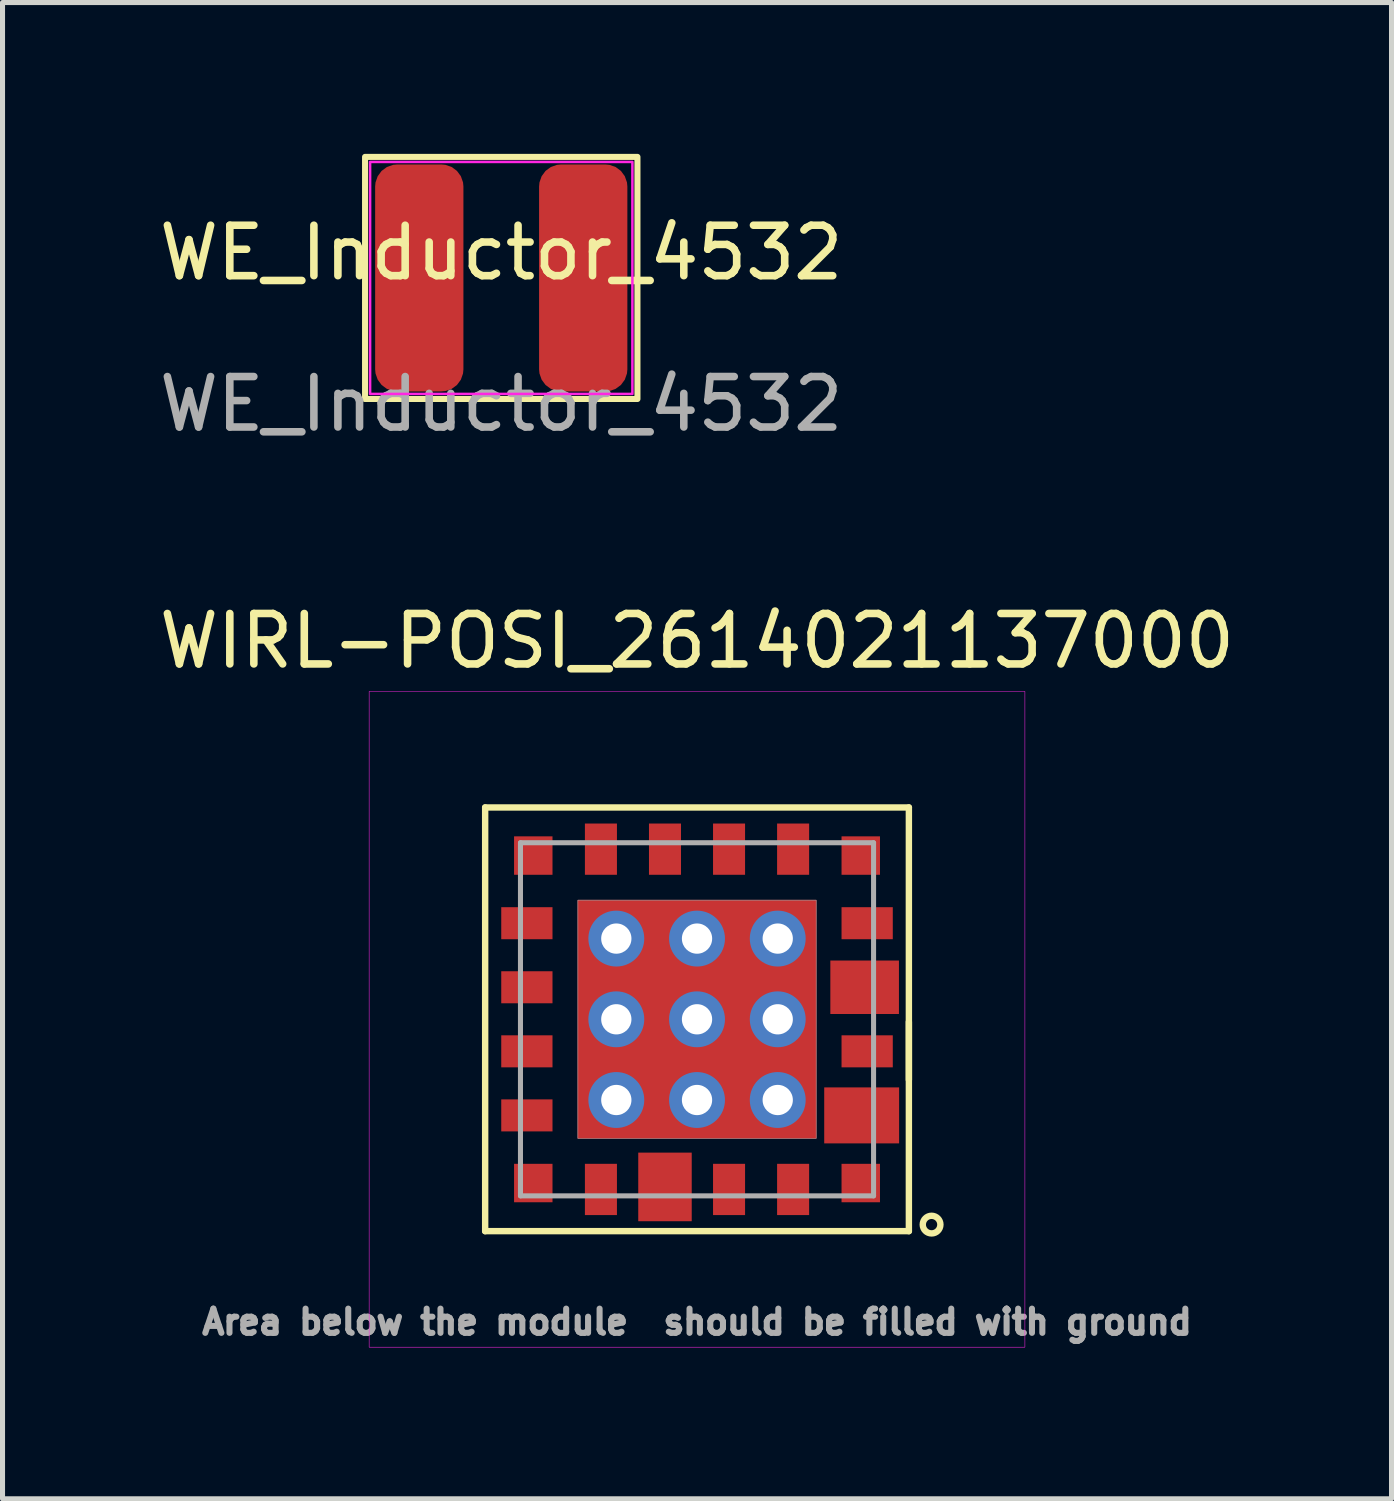
<source format=kicad_pcb>
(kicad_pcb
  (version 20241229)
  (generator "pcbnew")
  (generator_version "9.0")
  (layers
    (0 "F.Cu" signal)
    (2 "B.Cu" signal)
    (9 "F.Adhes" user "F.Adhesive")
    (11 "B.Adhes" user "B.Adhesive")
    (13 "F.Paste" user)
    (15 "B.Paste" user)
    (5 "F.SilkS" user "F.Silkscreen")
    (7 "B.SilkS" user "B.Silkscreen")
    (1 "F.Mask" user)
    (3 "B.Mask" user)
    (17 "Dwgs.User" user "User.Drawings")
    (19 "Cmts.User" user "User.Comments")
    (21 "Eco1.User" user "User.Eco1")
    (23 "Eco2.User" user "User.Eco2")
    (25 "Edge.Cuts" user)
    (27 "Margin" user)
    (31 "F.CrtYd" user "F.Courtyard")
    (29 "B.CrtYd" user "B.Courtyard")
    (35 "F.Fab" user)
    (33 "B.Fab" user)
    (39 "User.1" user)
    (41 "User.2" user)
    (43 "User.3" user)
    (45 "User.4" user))
  (footprint "WE_Inductor_4532"
    (layer "F.Cu")
    (at 6.887 2.46)
    (property "Reference" "WE_Inductor_4532" (at 0 -0.5 0) (unlocked yes) (layer "F.SilkS") (effects (font (size 1 1) (thickness 0.15))))
    (attr smd)
    (fp_rect (start -2.7 -2.4) (end 2.7 2.4) (stroke (width 0.12) (type solid)) (fill no) (layer "F.SilkS"))
    (fp_rect (start -2.6 -2.3) (end 2.6 2.3) (stroke (width 0.05) (type solid)) (fill no) (layer "F.CrtYd"))
    (fp_text user "${REFERENCE}" (at 0 2.5 0) (unlocked yes) (layer "F.Fab") (effects (font (size 1 1) (thickness 0.15))))
    (pad "1" smd roundrect (at -1.625 0 90) (size 4.5 1.75) (layers "F.Cu" "F.Mask" "F.Paste") (roundrect_rratio 0.25))
    (pad "2" smd roundrect (at 1.625 0 90) (size 4.5 1.75) (layers "F.Cu" "F.Mask" "F.Paste") (roundrect_rratio 0.25)))
  (footprint "WIRL-POSI_2614021137000"
    (layer "F.Cu")
    (at 10.768 17.157)
    (property "Reference" "WIRL-POSI_2614021137000" (at 0 -7.5 0) (layer "F.SilkS") (effects (font (size 1 1) (thickness 0.15))))
    (attr smd)
    (fp_poly (pts (xy -2.362 -2.362) (xy 2.362 -2.362) (xy 2.362 2.362) (xy -2.362 2.362)) (stroke (width 0.01) (type solid)) (fill yes) (layer "F.Cu"))
    (fp_poly (pts (xy -1.053 2.764) (xy -0.218 2.764) (xy -0.218 3.98) (xy -1.053 3.98)) (stroke (width 0.01) (type solid)) (fill yes) (layer "F.Mask"))
    (fp_poly (pts (xy 2.639 1.488) (xy 3.982 1.488) (xy 3.982 2.323) (xy 2.639 2.323)) (stroke (width 0.01) (type solid)) (fill yes) (layer "F.Mask"))
    (fp_poly (pts (xy 2.765 -1.052) (xy 3.981 -1.052) (xy 3.981 -0.217) (xy 2.765 -0.217)) (stroke (width 0.01) (type solid)) (fill yes) (layer "F.Mask"))
    (fp_line (start -4.2 -4.2) (end -4.2 4.2) (stroke (width 0.127) (type solid)) (layer "F.SilkS"))
    (fp_line (start -4.2 4.2) (end 4.2 4.2) (stroke (width 0.127) (type solid)) (layer "F.SilkS"))
    (fp_line (start 4.2 -4.2) (end -4.2 -4.2) (stroke (width 0.127) (type solid)) (layer "F.SilkS"))
    (fp_line (start 4.2 1.2) (end 4.2 0.05) (stroke (width 0.127) (type solid)) (layer "F.SilkS"))
    (fp_line (start 4.2 4.2) (end 4.2 -4.2) (stroke (width 0.127) (type solid)) (layer "F.SilkS"))
    (fp_circle (center 4.65 4.07) (end 4.825 4.07) (stroke (width 0.127) (type solid)) (fill no) (layer "F.SilkS"))
    (fp_poly (pts (xy -0.952 2.865) (xy -0.317 2.865) (xy -0.317 3.881) (xy -0.952 3.881)) (stroke (width 0.01) (type solid)) (fill yes) (layer "F.Paste"))
    (fp_poly (pts (xy 2.738 1.587) (xy 3.881 1.587) (xy 3.881 2.222) (xy 2.738 2.222)) (stroke (width 0.01) (type solid)) (fill yes) (layer "F.Paste"))
    (fp_poly (pts (xy 2.865 -0.952) (xy 3.881 -0.952) (xy 3.881 -0.317) (xy 2.865 -0.317)) (stroke (width 0.01) (type solid)) (fill yes) (layer "F.Paste"))
    (fp_poly (pts (xy -6.5 -6.5) (xy 6.5 -6.5) (xy 6.5 6.5) (xy -6.5 6.5)) (stroke (width 0.01) (type solid)) (fill no) (layer "F.CrtYd"))
    (fp_line (start -3.5 -3.5) (end -3.5 3.5) (stroke (width 0.1) (type solid)) (layer "F.Fab"))
    (fp_line (start -3.5 3.5) (end 3.5 3.5) (stroke (width 0.1) (type solid)) (layer "F.Fab"))
    (fp_line (start 3.5 -3.5) (end -3.5 -3.5) (stroke (width 0.1) (type solid)) (layer "F.Fab"))
    (fp_line (start 3.5 3.5) (end 3.5 -3.5) (stroke (width 0.1) (type solid)) (layer "F.Fab"))
    (fp_poly (pts (xy -2.362 -2.362) (xy 2.362 -2.362) (xy 2.362 2.362) (xy -2.362 2.362)) (stroke (width 0.01) (type solid)) (fill no) (layer "F.Fab"))
    (fp_text user "Area below the module  should be filled with ground" (at 0 6 0) (layer "F.Fab") (effects (font (size 0.48 0.48) (thickness 0.12))))
    (pad "1" smd rect (at 3.264 1.905) (size 1.485 1.11) (layers "F.Cu"))
    (pad "2" smd rect (at 3.373 0.635) (size 1.016 0.635) (layers "F.Cu" "F.Mask" "F.Paste"))
    (pad "3" smd rect (at 3.323 -0.635 180) (size 1.36 1.06) (layers "F.Cu"))
    (pad "4" smd rect (at 3.373 -1.905) (size 1.016 0.635) (layers "F.Cu" "F.Mask" "F.Paste"))
    (pad "5" smd rect (at 3.246 -3.246) (size 0.762 0.762) (layers "F.Cu" "F.Mask" "F.Paste"))
    (pad "6" smd rect (at 1.905 -3.373 90) (size 1.016 0.635) (layers "F.Cu" "F.Mask" "F.Paste"))
    (pad "7" smd rect (at 0.635 -3.373 90) (size 1.016 0.635) (layers "F.Cu" "F.Mask" "F.Paste"))
    (pad "8" smd rect (at -0.635 -3.373 90) (size 1.016 0.635) (layers "F.Cu" "F.Mask" "F.Paste"))
    (pad "9" smd rect (at -1.905 -3.373 90) (size 1.016 0.635) (layers "F.Cu" "F.Mask" "F.Paste"))
    (pad "10" smd rect (at -3.246 -3.246) (size 0.762 0.762) (layers "F.Cu" "F.Mask" "F.Paste"))
    (pad "11" smd rect (at -3.373 -1.905) (size 1.016 0.635) (layers "F.Cu" "F.Mask" "F.Paste"))
    (pad "12" smd rect (at -3.373 -0.635) (size 1.016 0.635) (layers "F.Cu" "F.Mask" "F.Paste"))
    (pad "13" smd rect (at -3.373 0.635) (size 1.016 0.635) (layers "F.Cu" "F.Mask" "F.Paste"))
    (pad "14" smd rect (at -3.373 1.905) (size 1.016 0.635) (layers "F.Cu" "F.Mask" "F.Paste"))
    (pad "15" smd rect (at -3.246 3.246) (size 0.762 0.762) (layers "F.Cu" "F.Mask" "F.Paste"))
    (pad "16" smd rect (at -1.905 3.373 90) (size 1.016 0.635) (layers "F.Cu" "F.Mask" "F.Paste"))
    (pad "17" smd rect (at -0.635 3.323 90) (size 1.36 1.06) (layers "F.Cu"))
    (pad "18" smd rect (at 0.635 3.373 90) (size 1.016 0.635) (layers "F.Cu" "F.Mask" "F.Paste"))
    (pad "19" smd rect (at 1.905 3.373 90) (size 1.016 0.635) (layers "F.Cu" "F.Mask" "F.Paste"))
    (pad "20" smd rect (at 3.246 3.246) (size 0.762 0.762) (layers "F.Cu" "F.Mask" "F.Paste"))
    (pad "P$1" thru_hole circle (at 0 0) (size 1.108 1.108) (drill 0.6) (layers "*.Cu"))
    (pad "P$2" thru_hole circle (at -1.6 -1.6) (size 1.108 1.108) (drill 0.6) (layers "*.Cu"))
    (pad "P$3" thru_hole circle (at 1.6 -1.6) (size 1.108 1.108) (drill 0.6) (layers "*.Cu"))
    (pad "P$4" thru_hole circle (at 1.6 1.6) (size 1.108 1.108) (drill 0.6) (layers "*.Cu"))
    (pad "P$5" thru_hole circle (at -1.6 1.6) (size 1.108 1.108) (drill 0.6) (layers "*.Cu"))
    (pad "P$6" thru_hole circle (at 0 1.6) (size 1.108 1.108) (drill 0.6) (layers "*.Cu"))
    (pad "P$7" thru_hole circle (at 1.6 0) (size 1.108 1.108) (drill 0.6) (layers "*.Cu"))
    (pad "P$8" thru_hole circle (at 0 -1.6) (size 1.108 1.108) (drill 0.6) (layers "*.Cu"))
    (pad "P$9" thru_hole circle (at -1.6 0) (size 1.108 1.108) (drill 0.6) (layers "*.Cu"))
    (zone (net_name "") (layer "F.Cu") (hatch full 0.508) (connect_pads) (min_thickness 0) (filled_areas_thickness no) (keepout (tracks not_allowed) (vias not_allowed) (pads not_allowed) (copperpour not_allowed) (footprints allowed)) (placement (enabled no)) (fill) (polygon (pts (xy 13.288 17.107) (xy 14.973 17.107) (xy 14.973 17.377) (xy 13.533 17.377) (xy 13.533 18.206) (xy 14.968 18.201) (xy 14.968 18.456) (xy 13.288 18.466))))
    (zone (net_name "") (layer "F.Cu") (hatch full 0.508) (connect_pads) (min_thickness 0) (filled_areas_thickness no) (keepout (tracks not_allowed) (vias not_allowed) (pads not_allowed) (copperpour not_allowed) (footprints allowed)) (placement (enabled no)) (fill) (polygon (pts (xy 10.718 19.657) (xy 10.718 21.357) (xy 10.988 21.357) (xy 10.988 19.922) (xy 11.818 19.916) (xy 11.818 21.357) (xy 12.253 21.357) (xy 12.253 19.916) (xy 13.093 19.916) (xy 13.088 21.366) (xy 13.538 21.366) (xy 13.538 19.916) (xy 14.498 19.916) (xy 14.498 20.887) (xy 13.548 20.887) (xy 13.548 21.366) (xy 14.968 21.366) (xy 14.968 19.657))))
    (zone (net_name "") (layer "F.Cu") (hatch full 0.508) (connect_pads) (min_thickness 0) (filled_areas_thickness no) (keepout (tracks not_allowed) (vias not_allowed) (pads not_allowed) (copperpour not_allowed) (footprints allowed)) (placement (enabled no)) (fill) (polygon (pts (xy 8.448 12.957) (xy 8.443 14.396) (xy 9.288 14.396) (xy 9.283 12.957) (xy 9.713 12.957) (xy 9.713 14.396) (xy 10.553 14.396) (xy 10.548 12.961) (xy 10.988 12.961) (xy 10.988 14.396) (xy 11.818 14.396) (xy 11.818 12.957) (xy 12.258 12.957) (xy 12.253 14.392) (xy 13.093 14.392) (xy 13.093 12.957) (xy 13.533 12.957) (xy 13.533 14.396) (xy 14.968 14.396) (xy 14.968 14.832) (xy 13.533 14.832) (xy 13.533 15.671) (xy 14.968 15.671) (xy 14.968 15.957) (xy 13.218 15.957) (xy 13.218 14.656) (xy 8.288 14.656) (xy 8.288 19.607) (xy 9.538 19.607) (xy 9.538 21.357) (xy 8.528 21.357) (xy 8.528 21.157) (xy 9.318 21.157) (xy 9.318 19.907) (xy 8.448 19.907) (xy 8.448 21.157) (xy 8.518 21.157) (xy 8.518 21.357) (xy 6.568 21.357) (xy 6.568 21.006) (xy 8.123 21.006) (xy 8.123 19.806) (xy 7.018 19.806) (xy 7.018 20.997) (xy 6.568 20.997) (xy 6.568 19.486) (xy 7.998 19.486) (xy 7.998 18.706) (xy 6.568 18.706) (xy 6.568 18.206) (xy 8.008 18.206) (xy 8.008 17.377) (xy 6.568 17.377) (xy 6.568 16.936) (xy 8.008 16.936) (xy 8.008 16.107) (xy 6.568 16.107) (xy 6.568 15.666) (xy 8.008 15.666) (xy 8.008 14.836) (xy 6.568 14.836) (xy 6.578 14.396) (xy 8.008 14.406) (xy 8.008 12.957)))))
  (gr_rect
    (start -3 -3)
    (end 24.536 26.662)
    (stroke (width 0.1) (type default))
    (fill no)
    (layer "Edge.Cuts")))
</source>
